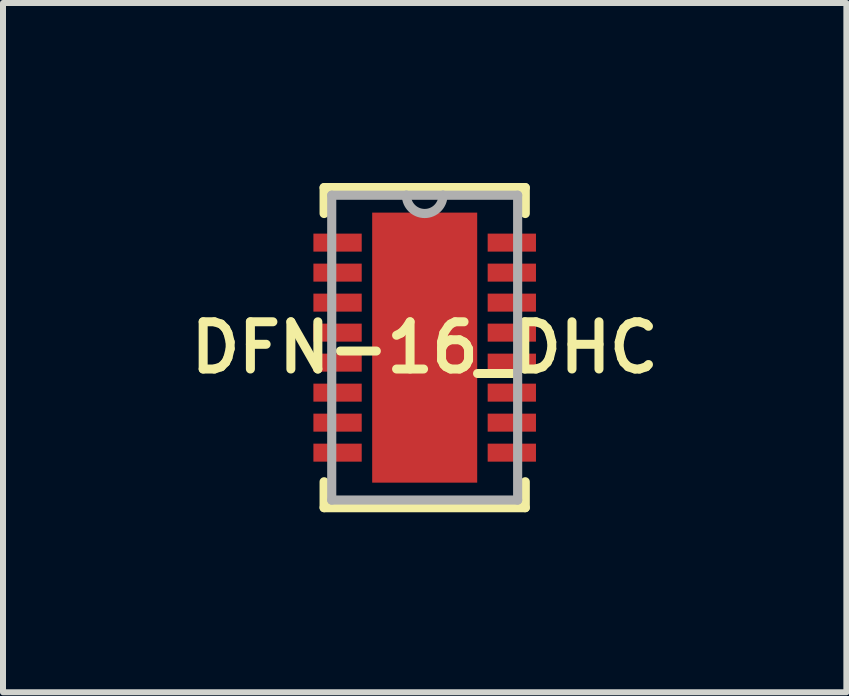
<source format=kicad_pcb>
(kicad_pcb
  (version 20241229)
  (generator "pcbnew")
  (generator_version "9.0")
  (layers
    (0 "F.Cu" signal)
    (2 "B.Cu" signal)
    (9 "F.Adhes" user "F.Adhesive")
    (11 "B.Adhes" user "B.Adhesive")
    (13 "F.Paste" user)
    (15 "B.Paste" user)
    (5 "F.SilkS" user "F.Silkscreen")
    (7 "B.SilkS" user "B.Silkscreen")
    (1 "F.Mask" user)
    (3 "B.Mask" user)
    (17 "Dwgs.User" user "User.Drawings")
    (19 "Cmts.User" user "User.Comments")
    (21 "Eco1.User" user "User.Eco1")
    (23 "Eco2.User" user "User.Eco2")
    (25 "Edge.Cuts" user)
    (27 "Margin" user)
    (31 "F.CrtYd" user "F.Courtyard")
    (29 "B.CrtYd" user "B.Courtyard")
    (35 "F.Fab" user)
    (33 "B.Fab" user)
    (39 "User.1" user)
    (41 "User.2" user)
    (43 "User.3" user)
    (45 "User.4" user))
  (footprint "DFN-16_DHC"
    (layer "F.Cu")
    (at 4.027 2.743)
    (property "Reference" "DFN-16_DHC" (at 0 0 0) (layer "F.SilkS") (effects (font (size 0.787 0.787) (thickness 0.15))))
    (attr smd)
    (fp_line (start -1.676 -2.667) (end -1.676 -2.235) (stroke (width 0.152) (type solid)) (layer "F.SilkS"))
    (fp_line (start -1.676 2.235) (end -1.676 2.667) (stroke (width 0.152) (type solid)) (layer "F.SilkS"))
    (fp_line (start -1.676 2.667) (end 1.676 2.667) (stroke (width 0.152) (type solid)) (layer "F.SilkS"))
    (fp_line (start 1.676 -2.667) (end -1.676 -2.667) (stroke (width 0.152) (type solid)) (layer "F.SilkS"))
    (fp_line (start 1.676 -2.235) (end 1.676 -2.667) (stroke (width 0.152) (type solid)) (layer "F.SilkS"))
    (fp_line (start 1.676 2.667) (end 1.676 2.235) (stroke (width 0.152) (type solid)) (layer "F.SilkS"))
    (fp_poly (pts (xy -0.775 -2.15) (xy -0.775 -0.85) (xy 0.775 -0.85) (xy 0.775 -2.15)) (stroke (width 0.025) (type solid)) (fill yes) (layer "F.Paste"))
    (fp_poly (pts (xy -0.775 -0.65) (xy -0.775 0.65) (xy 0.775 0.65) (xy 0.775 -0.65)) (stroke (width 0.025) (type solid)) (fill yes) (layer "F.Paste"))
    (fp_poly (pts (xy -0.775 0.85) (xy -0.775 2.15) (xy 0.775 2.15) (xy 0.775 0.85)) (stroke (width 0.025) (type solid)) (fill yes) (layer "F.Paste"))
    (fp_line (start -1.549 -2.54) (end -1.549 2.54) (stroke (width 0.152) (type solid)) (layer "F.Fab"))
    (fp_line (start -1.549 2.54) (end 1.549 2.54) (stroke (width 0.152) (type solid)) (layer "F.Fab"))
    (fp_line (start -0.305 -2.54) (end -1.549 -2.54) (stroke (width 0.152) (type solid)) (layer "F.Fab"))
    (fp_line (start 0.305 -2.54) (end -0.305 -2.54) (stroke (width 0.152) (type solid)) (layer "F.Fab"))
    (fp_line (start 1.549 -2.54) (end 0.305 -2.54) (stroke (width 0.152) (type solid)) (layer "F.Fab"))
    (fp_line (start 1.549 2.54) (end 1.549 -2.54) (stroke (width 0.152) (type solid)) (layer "F.Fab"))
    (fp_arc (start 0.3048 -2.54) (mid 0 -2.2352) (end -0.3048 -2.54) (stroke (width 0.1524) (type solid)) (layer "F.Fab"))
    (pad "1" smd rect (at -1.452 -1.75) (size 0.805 0.3) (layers "F.Cu" "F.Mask" "F.Paste"))
    (pad "2" smd rect (at -1.452 -1.25) (size 0.805 0.3) (layers "F.Cu" "F.Mask" "F.Paste"))
    (pad "3" smd rect (at -1.452 -0.75) (size 0.805 0.3) (layers "F.Cu" "F.Mask" "F.Paste"))
    (pad "4" smd rect (at -1.452 -0.25) (size 0.805 0.3) (layers "F.Cu" "F.Mask" "F.Paste"))
    (pad "5" smd rect (at -1.452 0.25) (size 0.805 0.3) (layers "F.Cu" "F.Mask" "F.Paste"))
    (pad "6" smd rect (at -1.452 0.75) (size 0.805 0.3) (layers "F.Cu" "F.Mask" "F.Paste"))
    (pad "7" smd rect (at -1.452 1.25) (size 0.805 0.3) (layers "F.Cu" "F.Mask" "F.Paste"))
    (pad "8" smd rect (at -1.452 1.75) (size 0.805 0.3) (layers "F.Cu" "F.Mask" "F.Paste"))
    (pad "9" smd rect (at 1.452 1.75) (size 0.805 0.3) (layers "F.Cu" "F.Mask" "F.Paste"))
    (pad "10" smd rect (at 1.452 1.25) (size 0.805 0.3) (layers "F.Cu" "F.Mask" "F.Paste"))
    (pad "11" smd rect (at 1.452 0.75) (size 0.805 0.3) (layers "F.Cu" "F.Mask" "F.Paste"))
    (pad "12" smd rect (at 1.452 0.25) (size 0.805 0.3) (layers "F.Cu" "F.Mask" "F.Paste"))
    (pad "13" smd rect (at 1.452 -0.25) (size 0.805 0.3) (layers "F.Cu" "F.Mask" "F.Paste"))
    (pad "14" smd rect (at 1.452 -0.75) (size 0.805 0.3) (layers "F.Cu" "F.Mask" "F.Paste"))
    (pad "15" smd rect (at 1.452 -1.25) (size 0.805 0.3) (layers "F.Cu" "F.Mask" "F.Paste"))
    (pad "16" smd rect (at 1.452 -1.75) (size 0.805 0.3) (layers "F.Cu" "F.Mask" "F.Paste"))
    (pad "17" smd rect (at 0 0) (size 1.75 4.5) (layers "F.Cu" "F.Mask")))
  (gr_rect
    (start -3 -3)
    (end 11.054 8.486)
    (stroke (width 0.1) (type default))
    (fill no)
    (layer "Edge.Cuts")))
</source>
